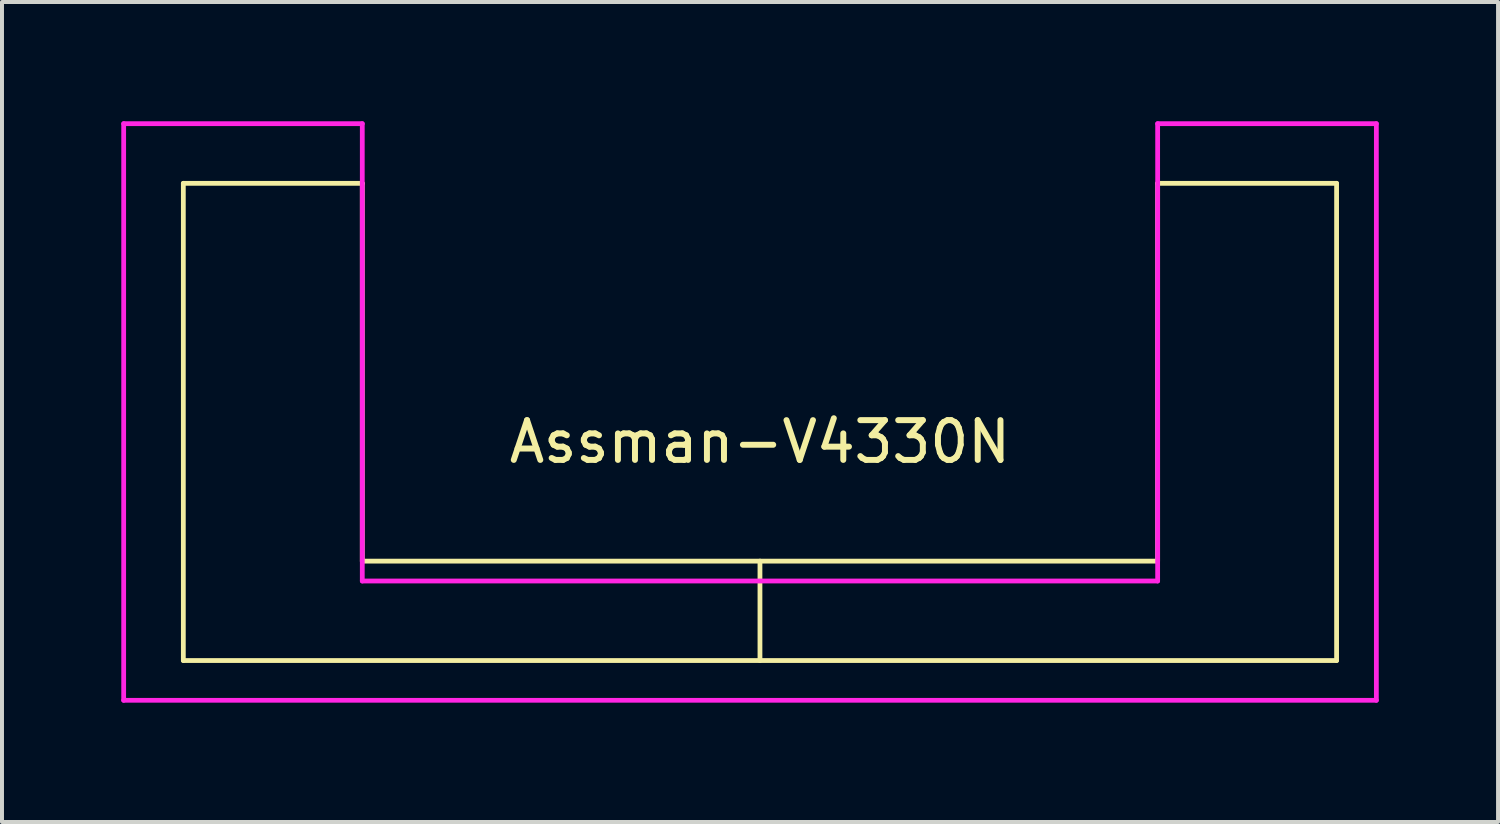
<source format=kicad_pcb>
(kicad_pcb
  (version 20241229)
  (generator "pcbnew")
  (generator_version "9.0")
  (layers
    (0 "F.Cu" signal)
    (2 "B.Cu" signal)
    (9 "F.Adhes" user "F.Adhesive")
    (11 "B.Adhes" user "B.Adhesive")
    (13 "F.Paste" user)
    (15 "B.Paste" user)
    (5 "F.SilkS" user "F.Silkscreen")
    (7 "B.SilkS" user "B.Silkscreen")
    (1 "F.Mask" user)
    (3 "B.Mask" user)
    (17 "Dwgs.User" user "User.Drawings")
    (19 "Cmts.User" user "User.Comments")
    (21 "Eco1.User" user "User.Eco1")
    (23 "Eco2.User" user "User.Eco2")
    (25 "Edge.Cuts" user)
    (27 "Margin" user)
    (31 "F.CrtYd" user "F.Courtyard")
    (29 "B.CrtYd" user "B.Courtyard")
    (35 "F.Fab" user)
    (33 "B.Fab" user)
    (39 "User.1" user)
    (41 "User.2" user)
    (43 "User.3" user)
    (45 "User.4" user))
  (footprint "Assman-V4330N"
    (layer "F.Cu")
    (at 16.06 7.56)
    (property "Reference" "Assman-V4330N" (at 0 0.5 0) (layer "F.SilkS") (effects (font (size 1 1) (thickness 0.15))))
    (attr through_hole)
    (fp_line (start -14.5 6) (end -14.5 -6) (stroke (width 0.12) (type solid)) (layer "F.SilkS"))
    (fp_line (start -10 -6) (end -14.5 -6) (stroke (width 0.12) (type solid)) (layer "F.SilkS"))
    (fp_line (start -10 3.5) (end -10 -6) (stroke (width 0.12) (type solid)) (layer "F.SilkS"))
    (fp_line (start -10 3.5) (end 10 3.5) (stroke (width 0.12) (type solid)) (layer "F.SilkS"))
    (fp_line (start 0 3.5) (end 0 6) (stroke (width 0.12) (type solid)) (layer "F.SilkS"))
    (fp_line (start 10 -6) (end 14.5 -6) (stroke (width 0.12) (type solid)) (layer "F.SilkS"))
    (fp_line (start 10 3.5) (end 10 -6) (stroke (width 0.12) (type solid)) (layer "F.SilkS"))
    (fp_line (start 14.5 -6) (end 14.5 6) (stroke (width 0.12) (type solid)) (layer "F.SilkS"))
    (fp_line (start 14.5 6) (end -14.5 6) (stroke (width 0.12) (type solid)) (layer "F.SilkS"))
    (fp_line (start -16 -7.5) (end -16 7) (stroke (width 0.12) (type solid)) (layer "F.CrtYd"))
    (fp_line (start -16 7) (end 15.5 7) (stroke (width 0.12) (type solid)) (layer "F.CrtYd"))
    (fp_line (start -10 -7.5) (end -16 -7.5) (stroke (width 0.12) (type solid)) (layer "F.CrtYd"))
    (fp_line (start -10 -7.5) (end -10 4) (stroke (width 0.12) (type solid)) (layer "F.CrtYd"))
    (fp_line (start -10 4) (end 10 4) (stroke (width 0.12) (type solid)) (layer "F.CrtYd"))
    (fp_line (start 10 4) (end 10 -7.5) (stroke (width 0.12) (type solid)) (layer "F.CrtYd"))
    (fp_line (start 15.5 -7.5) (end 10 -7.5) (stroke (width 0.12) (type solid)) (layer "F.CrtYd"))
    (fp_line (start 15.5 7) (end 15.5 -7.5) (stroke (width 0.12) (type solid)) (layer "F.CrtYd")))
  (gr_rect
    (start -3 -3)
    (end 34.62 17.62)
    (stroke (width 0.1) (type default))
    (fill no)
    (layer "Edge.Cuts")))
</source>
